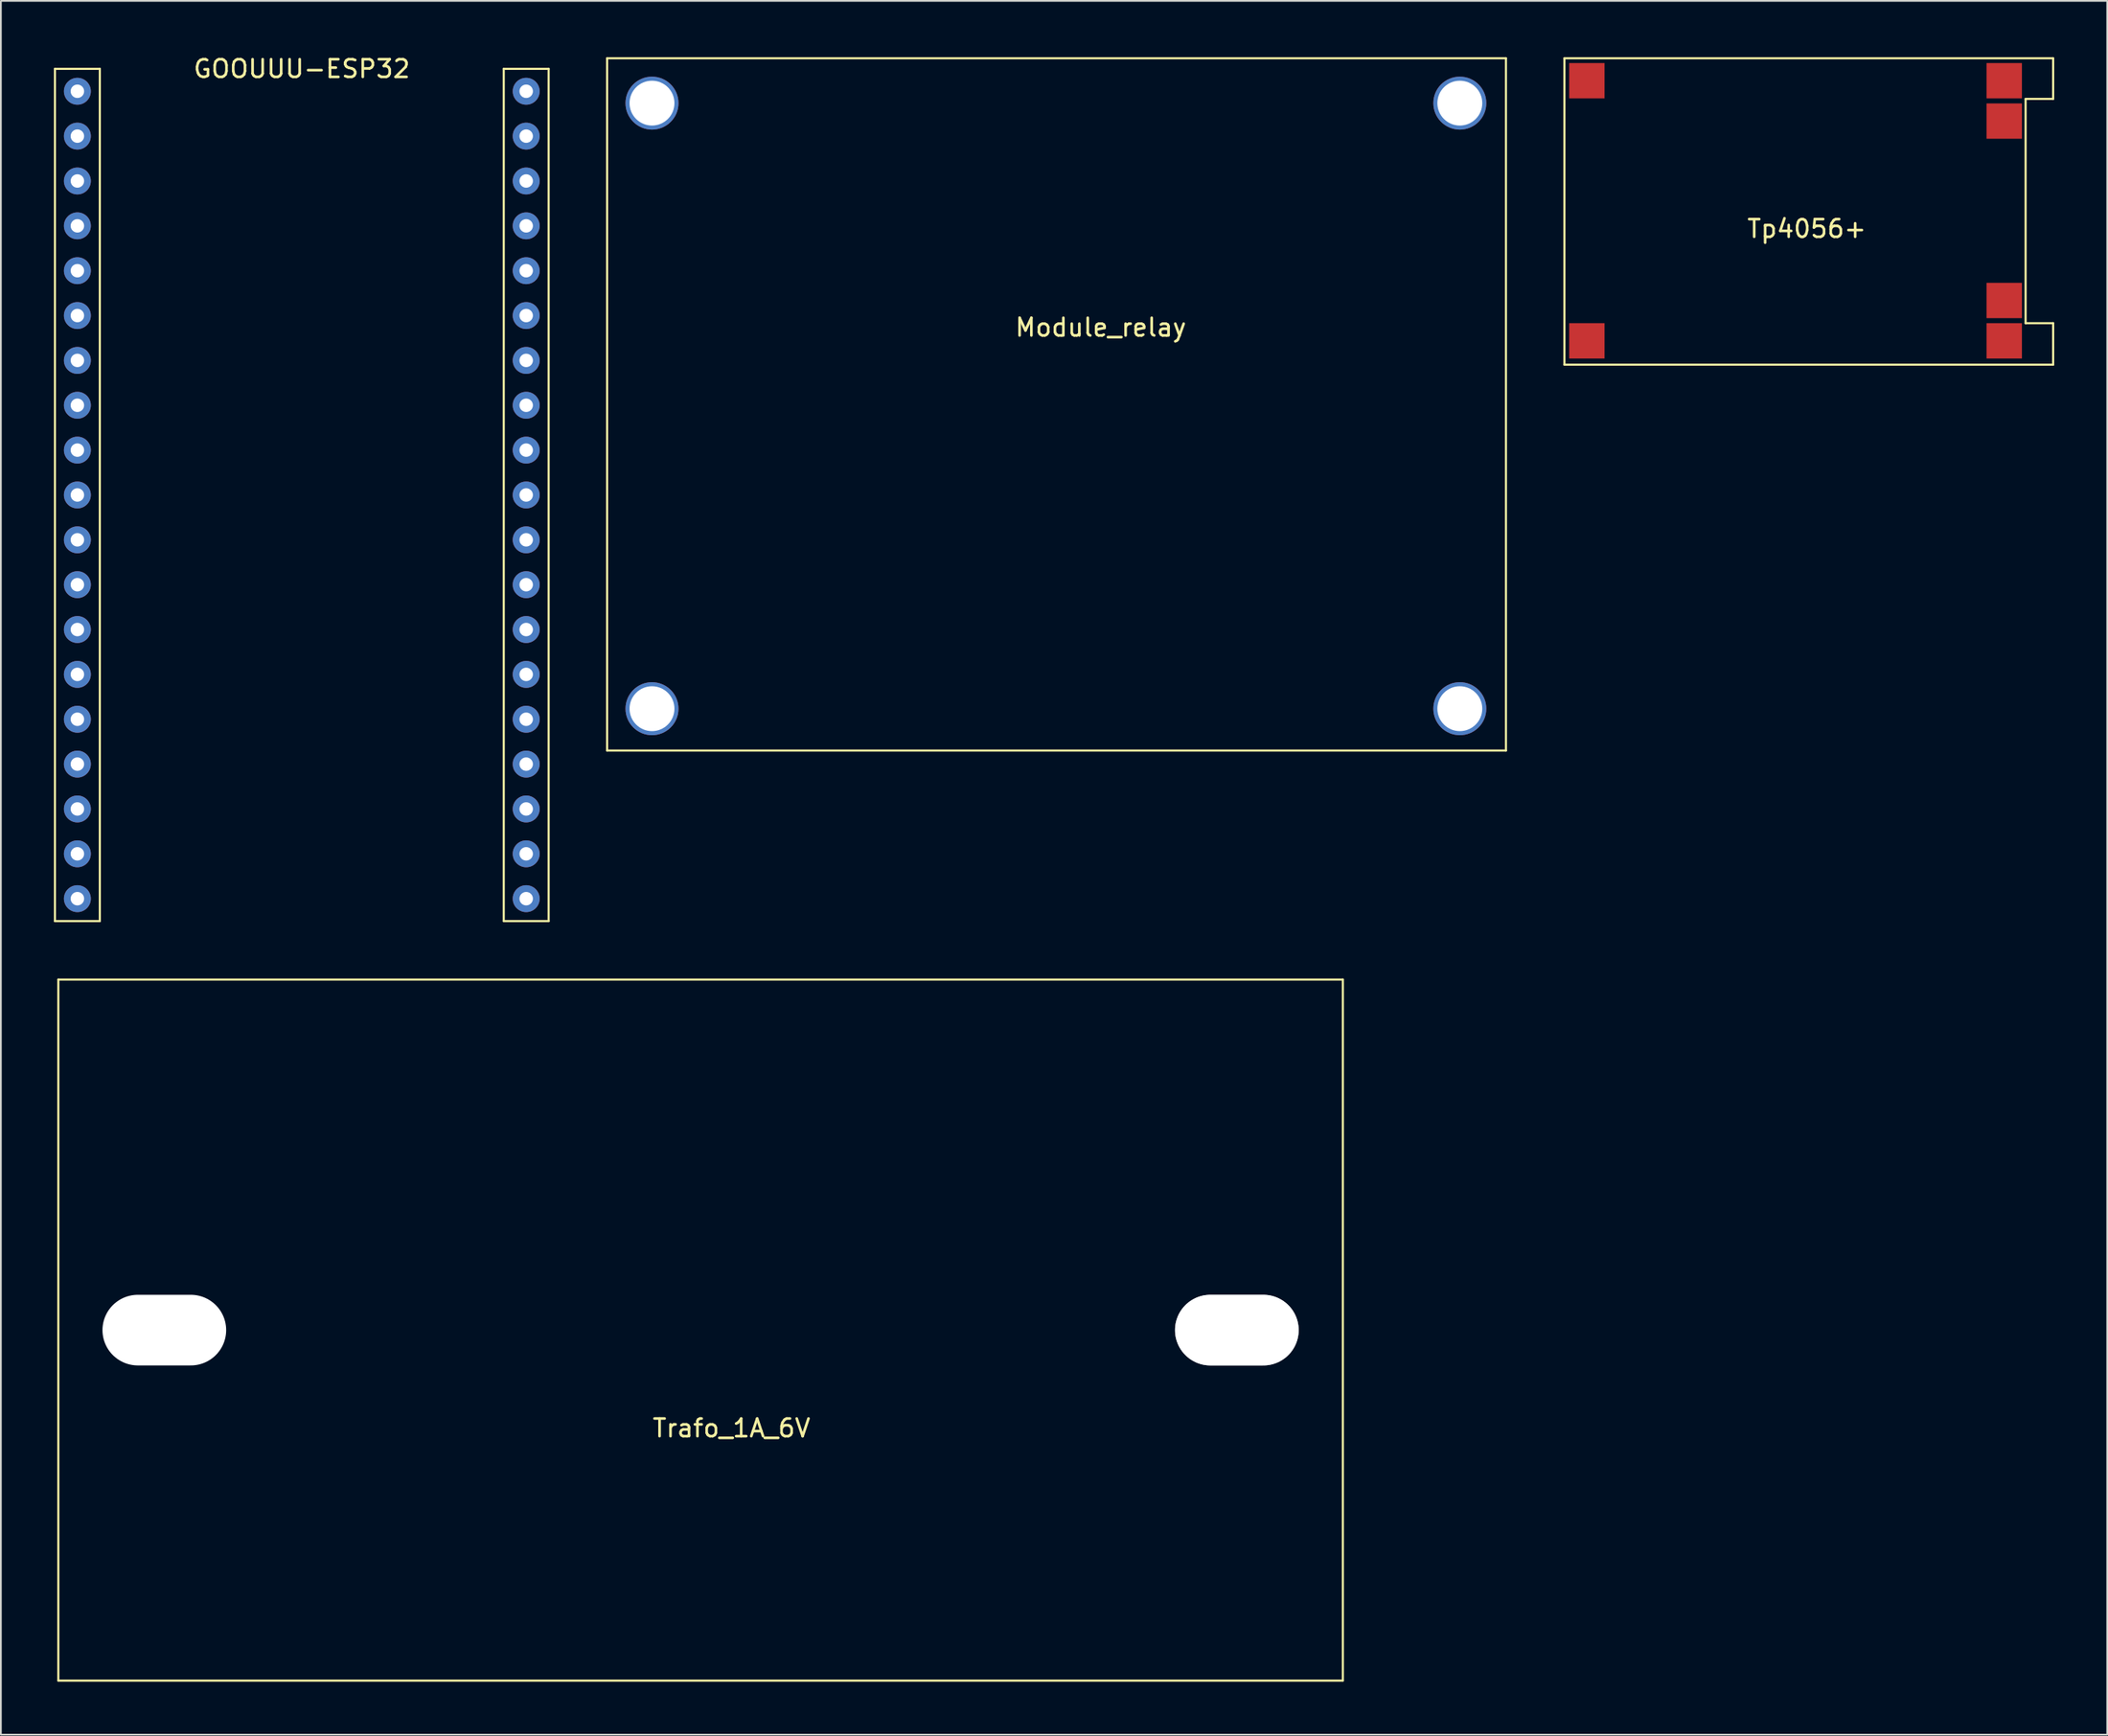
<source format=kicad_pcb>
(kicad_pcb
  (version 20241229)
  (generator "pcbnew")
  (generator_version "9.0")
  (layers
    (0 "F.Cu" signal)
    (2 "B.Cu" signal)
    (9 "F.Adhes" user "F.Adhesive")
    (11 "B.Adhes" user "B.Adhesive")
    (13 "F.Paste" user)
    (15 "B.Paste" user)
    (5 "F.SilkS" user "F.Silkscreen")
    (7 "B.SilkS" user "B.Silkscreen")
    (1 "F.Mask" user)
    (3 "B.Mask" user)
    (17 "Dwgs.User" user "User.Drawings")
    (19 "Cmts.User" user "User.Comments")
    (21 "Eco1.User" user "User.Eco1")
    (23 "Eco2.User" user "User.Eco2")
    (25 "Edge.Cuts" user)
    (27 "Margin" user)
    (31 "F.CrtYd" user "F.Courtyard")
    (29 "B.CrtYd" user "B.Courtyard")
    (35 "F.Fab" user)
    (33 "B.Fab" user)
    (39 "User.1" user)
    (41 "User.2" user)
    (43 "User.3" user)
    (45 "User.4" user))
  (footprint "Trafo_1A_6V"
    (layer "F.Cu")
    (at 0.25 52.418)
    (property "Reference" "Trafo_1A_6V" (at 38.1 25.4 0) (layer "F.SilkS") (effects (font (size 1 1) (thickness 0.15))))
    (attr through_hole)
    (fp_line (start 0 0) (end 72.7 0) (stroke (width 0.12) (type solid)) (layer "F.SilkS"))
    (fp_line (start 0 39.7) (end 0 0) (stroke (width 0.12) (type solid)) (layer "F.SilkS"))
    (fp_line (start 72.7 0) (end 72.7 39.7) (stroke (width 0.12) (type solid)) (layer "F.SilkS"))
    (fp_line (start 72.7 39.7) (end 0 39.7) (stroke (width 0.12) (type solid)) (layer "F.SilkS"))
    (pad "" np_thru_hole oval (at 6 19.85) (size 7 4) (drill oval 7 4) (layers "*.Cu" "*.Mask"))
    (pad "" np_thru_hole oval (at 66.7 19.85) (size 7 4) (drill oval 7 4) (layers "*.Cu" "*.Mask" "Dwgs.User")))
  (footprint "Tp4056+"
    (layer "F.Cu")
    (at 85.49 0.25)
    (property "Reference" "Tp4056+" (at 13.716 9.652 0) (layer "F.SilkS") (effects (font (size 1 1) (thickness 0.15))))
    (attr through_hole)
    (fp_line (start 0 0) (end 0 17.35) (stroke (width 0.12) (type solid)) (layer "F.SilkS"))
    (fp_line (start 0 0) (end 27.66 0) (stroke (width 0.12) (type solid)) (layer "F.SilkS"))
    (fp_line (start 0 17.35) (end 27.66 17.35) (stroke (width 0.12) (type solid)) (layer "F.SilkS"))
    (fp_line (start 26.1 2.3) (end 26.1 15) (stroke (width 0.12) (type solid)) (layer "F.SilkS"))
    (fp_line (start 26.1 2.3) (end 27.66 2.3) (stroke (width 0.12) (type solid)) (layer "F.SilkS"))
    (fp_line (start 27.66 0) (end 27.66 2.3) (stroke (width 0.12) (type solid)) (layer "F.SilkS"))
    (fp_line (start 27.66 15) (end 26.1 15) (stroke (width 0.12) (type solid)) (layer "F.SilkS"))
    (fp_line (start 27.66 17.35) (end 27.66 15) (stroke (width 0.12) (type solid)) (layer "F.SilkS"))
    (pad "1" smd rect (at 1.27 16.002) (size 2 2) (layers "F.Cu" "F.Mask" "F.Paste"))
    (pad "2" smd rect (at 1.27 1.27) (size 2 2) (layers "F.Cu" "F.Mask" "F.Paste"))
    (pad "3" smd rect (at 24.892 1.27) (size 2 2) (layers "F.Cu" "F.Mask" "F.Paste"))
    (pad "4" smd rect (at 24.892 16.002) (size 2 2) (layers "F.Cu" "F.Mask" "F.Paste"))
    (pad "5" smd rect (at 24.892 3.556) (size 2 2) (layers "F.Cu" "F.Mask" "F.Paste"))
    (pad "6" smd rect (at 24.892 13.716) (size 2 2) (layers "F.Cu" "F.Mask" "F.Paste")))
  (footprint "Module_relay"
    (layer "F.Cu")
    (at 31.31 0.25)
    (property "Reference" "Module_relay" (at 27.94 15.24 0) (layer "F.SilkS") (effects (font (size 1 1) (thickness 0.15))))
    (attr through_hole)
    (fp_line (start 0 0) (end 0 39.2) (stroke (width 0.12) (type solid)) (layer "F.SilkS"))
    (fp_line (start 0 0) (end 50.87 0) (stroke (width 0.12) (type solid)) (layer "F.SilkS"))
    (fp_line (start 0 39.2) (end 50.87 39.2) (stroke (width 0.12) (type solid)) (layer "F.SilkS"))
    (fp_line (start 50.87 0) (end 50.87 39.2) (stroke (width 0.12) (type solid)) (layer "F.SilkS"))
    (pad "" np_thru_hole circle (at 2.54 2.54) (size 3 3) (drill 2.54) (layers "*.Cu" "*.Mask"))
    (pad "" np_thru_hole circle (at 2.54 36.83) (size 3 3) (drill 2.54) (layers "*.Cu" "*.Mask"))
    (pad "" np_thru_hole circle (at 48.26 2.54) (size 3 3) (drill 2.54) (layers "*.Cu" "*.Mask"))
    (pad "" np_thru_hole circle (at 48.26 36.83) (size 3 3) (drill 2.54) (layers "*.Cu" "*.Mask")))
  (footprint "GOOUUU-ESP32"
    (layer "F.Cu")
    (at 14.03 2.118)
    (property "Reference" "GOOUUU-ESP32" (at 0 -1.27 0) (layer "F.SilkS") (effects (font (size 1 1) (thickness 0.15))))
    (attr through_hole)
    (fp_line (start -13.97 -1.27) (end -11.43 -1.27) (stroke (width 0.12) (type solid)) (layer "F.SilkS"))
    (fp_line (start -13.97 46.99) (end -13.97 -1.27) (stroke (width 0.12) (type solid)) (layer "F.SilkS"))
    (fp_line (start -11.43 -1.27) (end -11.43 46.99) (stroke (width 0.12) (type solid)) (layer "F.SilkS"))
    (fp_line (start -11.43 46.99) (end -13.97 46.99) (stroke (width 0.12) (type solid)) (layer "F.SilkS"))
    (fp_line (start 11.43 -1.27) (end 13.97 -1.27) (stroke (width 0.12) (type solid)) (layer "F.SilkS"))
    (fp_line (start 11.43 46.99) (end 11.43 -1.27) (stroke (width 0.12) (type solid)) (layer "F.SilkS"))
    (fp_line (start 13.97 -1.27) (end 13.97 46.99) (stroke (width 0.12) (type solid)) (layer "F.SilkS"))
    (fp_line (start 13.97 46.99) (end 11.43 46.99) (stroke (width 0.12) (type solid)) (layer "F.SilkS"))
    (pad "01" thru_hole circle (at -12.7 0) (size 1.524 1.524) (drill 0.762) (layers "*.Cu" "*.Mask"))
    (pad "02" thru_hole circle (at -12.7 2.54) (size 1.524 1.524) (drill 0.762) (layers "*.Cu" "*.Mask"))
    (pad "03" thru_hole circle (at -12.7 5.08) (size 1.524 1.524) (drill 0.762) (layers "*.Cu" "*.Mask"))
    (pad "04" thru_hole circle (at -12.7 7.62) (size 1.524 1.524) (drill 0.762) (layers "*.Cu" "*.Mask"))
    (pad "05" thru_hole circle (at -12.7 10.16) (size 1.524 1.524) (drill 0.762) (layers "*.Cu" "*.Mask"))
    (pad "06" thru_hole circle (at -12.7 12.7) (size 1.524 1.524) (drill 0.762) (layers "*.Cu" "*.Mask"))
    (pad "07" thru_hole circle (at -12.7 15.24) (size 1.524 1.524) (drill 0.762) (layers "*.Cu" "*.Mask"))
    (pad "08" thru_hole circle (at -12.7 17.78) (size 1.524 1.524) (drill 0.762) (layers "*.Cu" "*.Mask"))
    (pad "09" thru_hole circle (at -12.7 20.32) (size 1.524 1.524) (drill 0.762) (layers "*.Cu" "*.Mask"))
    (pad "10" thru_hole circle (at -12.7 22.86) (size 1.524 1.524) (drill 0.762) (layers "*.Cu" "*.Mask"))
    (pad "11" thru_hole circle (at -12.7 25.4) (size 1.524 1.524) (drill 0.762) (layers "*.Cu" "*.Mask"))
    (pad "12" thru_hole circle (at -12.7 27.94) (size 1.524 1.524) (drill 0.762) (layers "*.Cu" "*.Mask"))
    (pad "13" thru_hole circle (at -12.7 30.48) (size 1.524 1.524) (drill 0.762) (layers "*.Cu" "*.Mask"))
    (pad "14" thru_hole circle (at -12.7 33.02) (size 1.524 1.524) (drill 0.762) (layers "*.Cu" "*.Mask"))
    (pad "15" thru_hole circle (at -12.7 35.56) (size 1.524 1.524) (drill 0.762) (layers "*.Cu" "*.Mask"))
    (pad "16" thru_hole circle (at -12.7 38.1) (size 1.524 1.524) (drill 0.762) (layers "*.Cu" "*.Mask"))
    (pad "17" thru_hole circle (at -12.7 40.64) (size 1.524 1.524) (drill 0.762) (layers "*.Cu" "*.Mask"))
    (pad "18" thru_hole circle (at -12.7 43.18) (size 1.524 1.524) (drill 0.762) (layers "*.Cu" "*.Mask"))
    (pad "19" thru_hole circle (at -12.7 45.72) (size 1.524 1.524) (drill 0.762) (layers "*.Cu" "*.Mask"))
    (pad "20" thru_hole circle (at 12.7 0) (size 1.524 1.524) (drill 0.762) (layers "*.Cu" "*.Mask"))
    (pad "21" thru_hole circle (at 12.7 2.54) (size 1.524 1.524) (drill 0.762) (layers "*.Cu" "*.Mask"))
    (pad "22" thru_hole circle (at 12.7 5.08) (size 1.524 1.524) (drill 0.762) (layers "*.Cu" "*.Mask"))
    (pad "23" thru_hole circle (at 12.7 7.62) (size 1.524 1.524) (drill 0.762) (layers "*.Cu" "*.Mask"))
    (pad "24" thru_hole circle (at 12.7 10.16) (size 1.524 1.524) (drill 0.762) (layers "*.Cu" "*.Mask"))
    (pad "25" thru_hole circle (at 12.7 12.7) (size 1.524 1.524) (drill 0.762) (layers "*.Cu" "*.Mask"))
    (pad "26" thru_hole circle (at 12.7 15.24) (size 1.524 1.524) (drill 0.762) (layers "*.Cu" "*.Mask"))
    (pad "27" thru_hole circle (at 12.7 17.78) (size 1.524 1.524) (drill 0.762) (layers "*.Cu" "*.Mask"))
    (pad "28" thru_hole circle (at 12.7 20.32) (size 1.524 1.524) (drill 0.762) (layers "*.Cu" "*.Mask"))
    (pad "29" thru_hole circle (at 12.7 22.86) (size 1.524 1.524) (drill 0.762) (layers "*.Cu" "*.Mask"))
    (pad "30" thru_hole circle (at 12.7 25.4) (size 1.524 1.524) (drill 0.762) (layers "*.Cu" "*.Mask"))
    (pad "31" thru_hole circle (at 12.7 27.94) (size 1.524 1.524) (drill 0.762) (layers "*.Cu" "*.Mask"))
    (pad "32" thru_hole circle (at 12.7 30.48) (size 1.524 1.524) (drill 0.762) (layers "*.Cu" "*.Mask"))
    (pad "33" thru_hole circle (at 12.7 33.02) (size 1.524 1.524) (drill 0.762) (layers "*.Cu" "*.Mask"))
    (pad "34" thru_hole circle (at 12.7 35.56) (size 1.524 1.524) (drill 0.762) (layers "*.Cu" "*.Mask"))
    (pad "35" thru_hole circle (at 12.7 38.1) (size 1.524 1.524) (drill 0.762) (layers "*.Cu" "*.Mask"))
    (pad "36" thru_hole circle (at 12.7 40.64) (size 1.524 1.524) (drill 0.762) (layers "*.Cu" "*.Mask"))
    (pad "37" thru_hole circle (at 12.7 43.18) (size 1.524 1.524) (drill 0.762) (layers "*.Cu" "*.Mask"))
    (pad "38" thru_hole circle (at 12.7 45.72) (size 1.524 1.524) (drill 0.762) (layers "*.Cu" "*.Mask")))
  (gr_rect
    (start -3 -3)
    (end 116.21 95.178)
    (stroke (width 0.1) (type default))
    (fill no)
    (layer "Edge.Cuts")))
</source>
